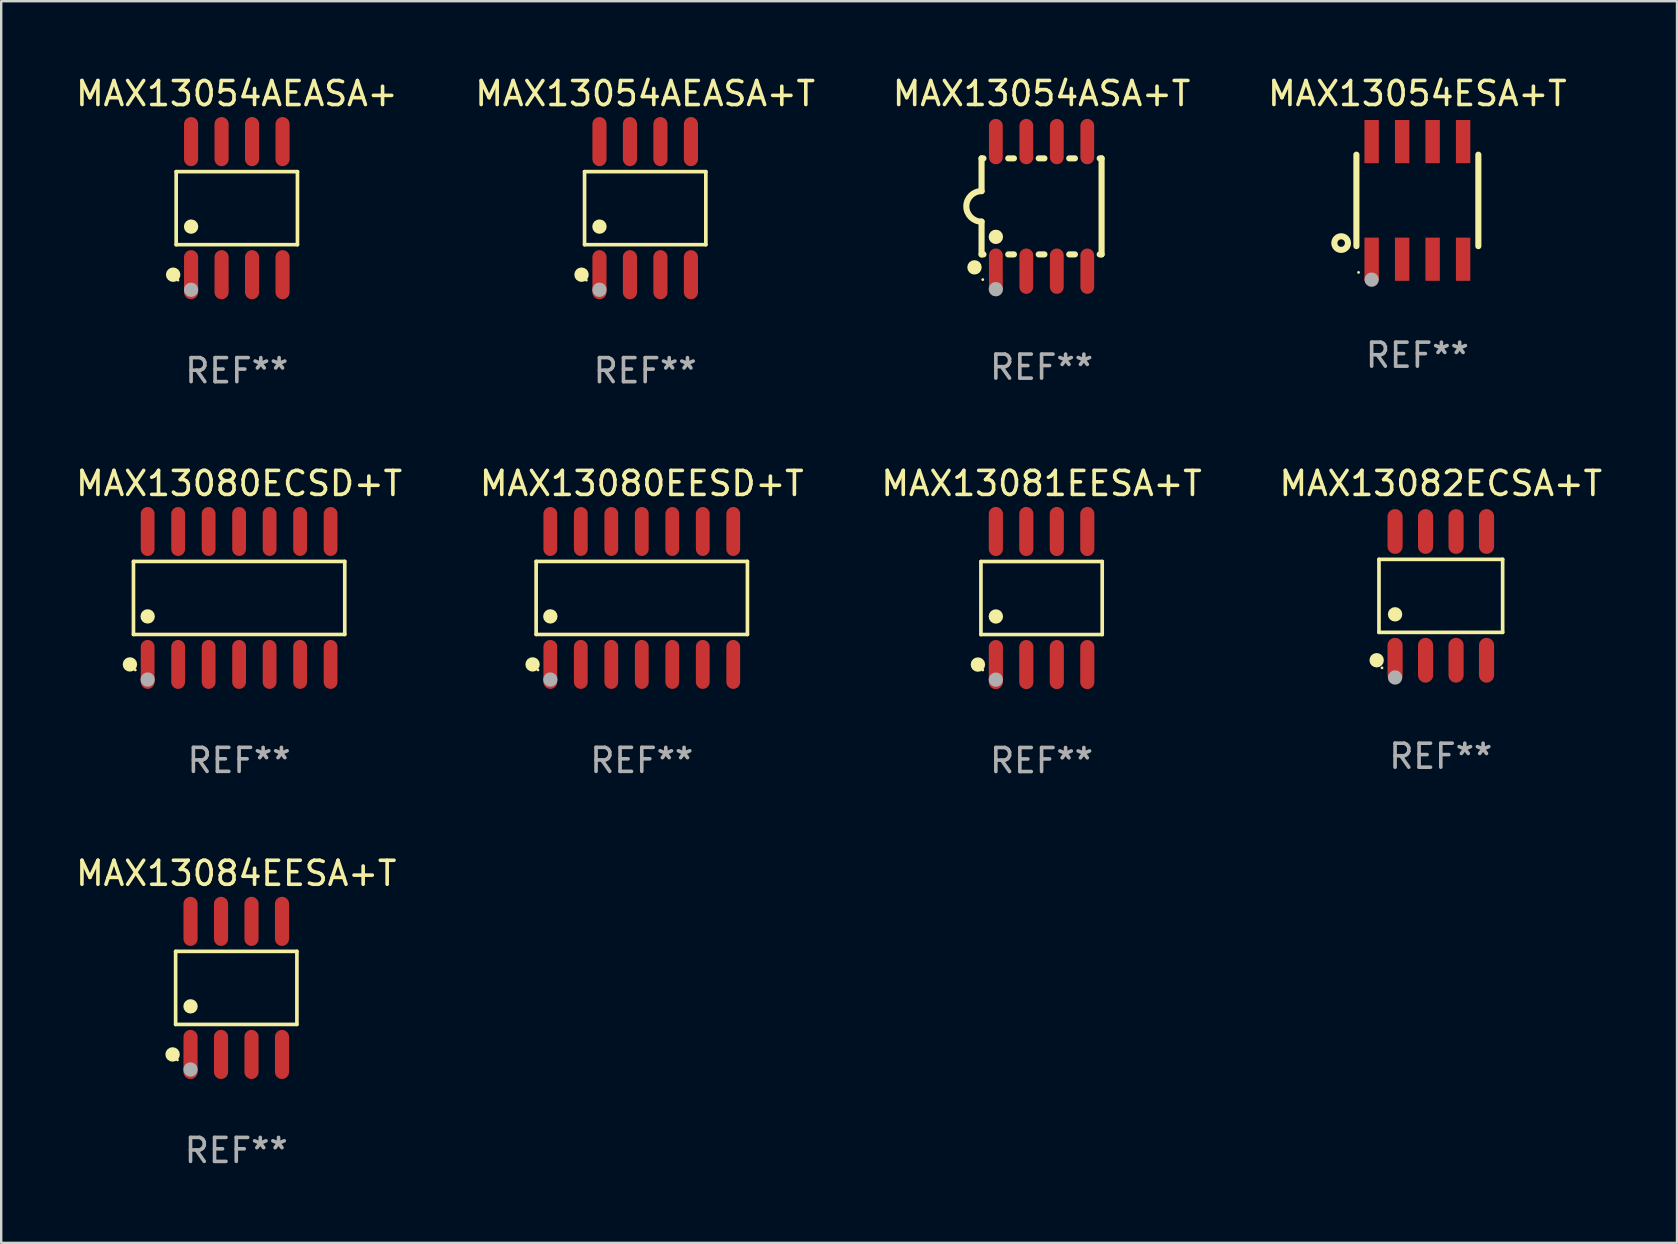
<source format=kicad_pcb>
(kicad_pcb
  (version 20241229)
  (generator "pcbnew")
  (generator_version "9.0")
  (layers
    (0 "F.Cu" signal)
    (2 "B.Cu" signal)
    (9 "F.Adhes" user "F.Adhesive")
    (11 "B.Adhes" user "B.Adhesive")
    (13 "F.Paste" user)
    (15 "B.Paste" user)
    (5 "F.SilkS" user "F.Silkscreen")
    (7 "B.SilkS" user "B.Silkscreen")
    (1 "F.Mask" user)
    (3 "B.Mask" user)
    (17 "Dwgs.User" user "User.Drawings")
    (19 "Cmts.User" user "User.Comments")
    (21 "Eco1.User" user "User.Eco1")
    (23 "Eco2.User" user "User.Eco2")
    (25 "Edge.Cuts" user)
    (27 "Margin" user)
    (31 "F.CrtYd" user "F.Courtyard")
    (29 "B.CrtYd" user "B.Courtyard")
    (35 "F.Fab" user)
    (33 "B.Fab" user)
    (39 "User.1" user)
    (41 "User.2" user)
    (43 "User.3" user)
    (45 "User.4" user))
  (footprint "MAX13081EESA+T"
    (layer "F.Cu")
    (at 40.339 21.862)
    (property "Reference" "MAX13081EESA+T" (at 0 -4.772 0) (layer "F.SilkS") (effects (font (size 1 1) (thickness 0.15))))
    (attr through_hole)
    (fp_line (start -2.526 -1.521) (end 2.526 -1.521) (stroke (width 0.152) (type solid)) (layer "F.SilkS"))
    (fp_line (start -2.526 1.521) (end -2.526 -1.521) (stroke (width 0.152) (type solid)) (layer "F.SilkS"))
    (fp_line (start 2.526 -1.521) (end 2.526 1.521) (stroke (width 0.152) (type solid)) (layer "F.SilkS"))
    (fp_line (start 2.526 1.521) (end -2.526 1.521) (stroke (width 0.152) (type solid)) (layer "F.SilkS"))
    (fp_circle (center -2.652 2.772) (end -2.501 2.772) (stroke (width 0.3) (type solid)) (fill no) (layer "F.SilkS"))
    (fp_circle (center -2.45 3) (end -2.42 3) (stroke (width 0.06) (type solid)) (fill no) (layer "F.SilkS"))
    (fp_circle (center -1.905 0.769) (end -1.755 0.769) (stroke (width 0.3) (type solid)) (fill no) (layer "F.SilkS"))
    (fp_circle (center -1.905 3.4) (end -1.755 3.4) (stroke (width 0.3) (type solid)) (fill no) (layer "F.Fab"))
    (fp_text user "REF**" (at 0 6.772 0) (layer "F.Fab") (effects (font (size 1 1) (thickness 0.15))))
    (pad "1" smd oval (at -1.905 2.772) (size 0.588 2.045) (layers "F.Cu" "F.Mask" "F.Paste"))
    (pad "2" smd oval (at -0.635 2.772) (size 0.588 2.045) (layers "F.Cu" "F.Mask" "F.Paste"))
    (pad "3" smd oval (at 0.635 2.772) (size 0.588 2.045) (layers "F.Cu" "F.Mask" "F.Paste"))
    (pad "4" smd oval (at 1.905 2.772) (size 0.588 2.045) (layers "F.Cu" "F.Mask" "F.Paste"))
    (pad "5" smd oval (at 1.905 -2.772) (size 0.588 2.045) (layers "F.Cu" "F.Mask" "F.Paste"))
    (pad "6" smd oval (at 0.635 -2.772) (size 0.588 2.045) (layers "F.Cu" "F.Mask" "F.Paste"))
    (pad "7" smd oval (at -0.635 -2.772) (size 0.588 2.045) (layers "F.Cu" "F.Mask" "F.Paste"))
    (pad "8" smd oval (at -1.905 -2.772) (size 0.588 2.045) (layers "F.Cu" "F.Mask" "F.Paste")))
  (footprint "MAX13054ESA+T"
    (layer "F.Cu")
    (at 55.994 5.298)
    (property "Reference" "MAX13054ESA+T" (at 0 -4.45 0) (layer "F.SilkS") (effects (font (size 1 1) (thickness 0.15))))
    (attr through_hole)
    (fp_line (start -2.54 -1.905) (end -2.54 1.905) (stroke (width 0.254) (type solid)) (layer "F.SilkS"))
    (fp_line (start 2.54 -1.905) (end 2.54 1.905) (stroke (width 0.254) (type solid)) (layer "F.SilkS"))
    (fp_circle (center -3.175 1.778) (end -2.891 1.778) (stroke (width 0.254) (type solid)) (fill no) (layer "F.SilkS"))
    (fp_circle (center -2.45 3) (end -2.42 3) (stroke (width 0.06) (type solid)) (fill no) (layer "F.SilkS"))
    (fp_circle (center -1.905 3.302) (end -1.755 3.302) (stroke (width 0.3) (type solid)) (fill no) (layer "F.Fab"))
    (fp_text user "REF**" (at 0 6.45 0) (layer "F.Fab") (effects (font (size 1 1) (thickness 0.15))))
    (pad "1" smd rect (at -1.905 2.45) (size 0.6 1.8) (layers "F.Cu" "F.Mask" "F.Paste"))
    (pad "2" smd rect (at -0.635 2.45) (size 0.6 1.8) (layers "F.Cu" "F.Mask" "F.Paste"))
    (pad "3" smd rect (at 0.635 2.45) (size 0.6 1.8) (layers "F.Cu" "F.Mask" "F.Paste"))
    (pad "4" smd rect (at 1.905 2.45) (size 0.6 1.8) (layers "F.Cu" "F.Mask" "F.Paste"))
    (pad "5" smd rect (at 1.905 -2.45 180) (size 0.6 1.8) (layers "F.Cu" "F.Mask" "F.Paste"))
    (pad "6" smd rect (at 0.635 -2.45 180) (size 0.6 1.8) (layers "F.Cu" "F.Mask" "F.Paste"))
    (pad "7" smd rect (at -0.635 -2.45 180) (size 0.6 1.8) (layers "F.Cu" "F.Mask" "F.Paste"))
    (pad "8" smd rect (at -1.905 -2.45 180) (size 0.6 1.8) (layers "F.Cu" "F.Mask" "F.Paste")))
  (footprint "MAX13054AEASA+"
    (layer "F.Cu")
    (at 6.815 5.621)
    (property "Reference" "MAX13054AEASA+" (at 0 -4.772 0) (layer "F.SilkS") (effects (font (size 1 1) (thickness 0.15))))
    (attr through_hole)
    (fp_line (start -2.526 -1.521) (end 2.526 -1.521) (stroke (width 0.152) (type solid)) (layer "F.SilkS"))
    (fp_line (start -2.526 1.521) (end -2.526 -1.521) (stroke (width 0.152) (type solid)) (layer "F.SilkS"))
    (fp_line (start 2.526 -1.521) (end 2.526 1.521) (stroke (width 0.152) (type solid)) (layer "F.SilkS"))
    (fp_line (start 2.526 1.521) (end -2.526 1.521) (stroke (width 0.152) (type solid)) (layer "F.SilkS"))
    (fp_circle (center -2.652 2.772) (end -2.501 2.772) (stroke (width 0.3) (type solid)) (fill no) (layer "F.SilkS"))
    (fp_circle (center -2.45 3) (end -2.42 3) (stroke (width 0.06) (type solid)) (fill no) (layer "F.SilkS"))
    (fp_circle (center -1.905 0.769) (end -1.755 0.769) (stroke (width 0.3) (type solid)) (fill no) (layer "F.SilkS"))
    (fp_circle (center -1.905 3.4) (end -1.755 3.4) (stroke (width 0.3) (type solid)) (fill no) (layer "F.Fab"))
    (fp_text user "REF**" (at 0 6.772 0) (layer "F.Fab") (effects (font (size 1 1) (thickness 0.15))))
    (pad "1" smd oval (at -1.905 2.772) (size 0.588 2.045) (layers "F.Cu" "F.Mask" "F.Paste"))
    (pad "2" smd oval (at -0.635 2.772) (size 0.588 2.045) (layers "F.Cu" "F.Mask" "F.Paste"))
    (pad "3" smd oval (at 0.635 2.772) (size 0.588 2.045) (layers "F.Cu" "F.Mask" "F.Paste"))
    (pad "4" smd oval (at 1.905 2.772) (size 0.588 2.045) (layers "F.Cu" "F.Mask" "F.Paste"))
    (pad "5" smd oval (at 1.905 -2.772) (size 0.588 2.045) (layers "F.Cu" "F.Mask" "F.Paste"))
    (pad "6" smd oval (at 0.635 -2.772) (size 0.588 2.045) (layers "F.Cu" "F.Mask" "F.Paste"))
    (pad "7" smd oval (at -0.635 -2.772) (size 0.588 2.045) (layers "F.Cu" "F.Mask" "F.Paste"))
    (pad "8" smd oval (at -1.905 -2.772) (size 0.588 2.045) (layers "F.Cu" "F.Mask" "F.Paste")))
  (footprint "MAX13054AEASA+T"
    (layer "F.Cu")
    (at 23.827 5.621)
    (property "Reference" "MAX13054AEASA+T" (at 0 -4.772 0) (layer "F.SilkS") (effects (font (size 1 1) (thickness 0.15))))
    (attr through_hole)
    (fp_line (start -2.526 -1.521) (end 2.526 -1.521) (stroke (width 0.152) (type solid)) (layer "F.SilkS"))
    (fp_line (start -2.526 1.521) (end -2.526 -1.521) (stroke (width 0.152) (type solid)) (layer "F.SilkS"))
    (fp_line (start 2.526 -1.521) (end 2.526 1.521) (stroke (width 0.152) (type solid)) (layer "F.SilkS"))
    (fp_line (start 2.526 1.521) (end -2.526 1.521) (stroke (width 0.152) (type solid)) (layer "F.SilkS"))
    (fp_circle (center -2.652 2.772) (end -2.501 2.772) (stroke (width 0.3) (type solid)) (fill no) (layer "F.SilkS"))
    (fp_circle (center -2.45 3) (end -2.42 3) (stroke (width 0.06) (type solid)) (fill no) (layer "F.SilkS"))
    (fp_circle (center -1.905 0.769) (end -1.755 0.769) (stroke (width 0.3) (type solid)) (fill no) (layer "F.SilkS"))
    (fp_circle (center -1.905 3.4) (end -1.755 3.4) (stroke (width 0.3) (type solid)) (fill no) (layer "F.Fab"))
    (fp_text user "REF**" (at 0 6.772 0) (layer "F.Fab") (effects (font (size 1 1) (thickness 0.15))))
    (pad "1" smd oval (at -1.905 2.772) (size 0.588 2.045) (layers "F.Cu" "F.Mask" "F.Paste"))
    (pad "2" smd oval (at -0.635 2.772) (size 0.588 2.045) (layers "F.Cu" "F.Mask" "F.Paste"))
    (pad "3" smd oval (at 0.635 2.772) (size 0.588 2.045) (layers "F.Cu" "F.Mask" "F.Paste"))
    (pad "4" smd oval (at 1.905 2.772) (size 0.588 2.045) (layers "F.Cu" "F.Mask" "F.Paste"))
    (pad "5" smd oval (at 1.905 -2.772) (size 0.588 2.045) (layers "F.Cu" "F.Mask" "F.Paste"))
    (pad "6" smd oval (at 0.635 -2.772) (size 0.588 2.045) (layers "F.Cu" "F.Mask" "F.Paste"))
    (pad "7" smd oval (at -0.635 -2.772) (size 0.588 2.045) (layers "F.Cu" "F.Mask" "F.Paste"))
    (pad "8" smd oval (at -1.905 -2.772) (size 0.588 2.045) (layers "F.Cu" "F.Mask" "F.Paste")))
  (footprint "MAX13080EESD+T"
    (layer "F.Cu")
    (at 23.685 21.859)
    (property "Reference" "MAX13080EESD+T" (at 0 -4.769 0) (layer "F.SilkS") (effects (font (size 1 1) (thickness 0.15))))
    (attr through_hole)
    (fp_line (start -4.401 -1.521) (end 4.401 -1.521) (stroke (width 0.152) (type solid)) (layer "F.SilkS"))
    (fp_line (start -4.401 1.521) (end -4.401 -1.521) (stroke (width 0.152) (type solid)) (layer "F.SilkS"))
    (fp_line (start 4.401 -1.521) (end 4.401 1.521) (stroke (width 0.152) (type solid)) (layer "F.SilkS"))
    (fp_line (start 4.401 1.521) (end -4.401 1.521) (stroke (width 0.152) (type solid)) (layer "F.SilkS"))
    (fp_circle (center -4.549 2.769) (end -4.399 2.769) (stroke (width 0.3) (type solid)) (fill no) (layer "F.SilkS"))
    (fp_circle (center -4.325 3) (end -4.295 3) (stroke (width 0.06) (type solid)) (fill no) (layer "F.SilkS"))
    (fp_circle (center -3.81 0.769) (end -3.66 0.769) (stroke (width 0.3) (type solid)) (fill no) (layer "F.SilkS"))
    (fp_circle (center -3.81 3.4) (end -3.66 3.4) (stroke (width 0.3) (type solid)) (fill no) (layer "F.Fab"))
    (fp_text user "REF**" (at 0 6.769 0) (layer "F.Fab") (effects (font (size 1 1) (thickness 0.15))))
    (pad "1" smd oval (at -3.81 2.769) (size 0.574 2.038) (layers "F.Cu" "F.Mask" "F.Paste"))
    (pad "2" smd oval (at -2.54 2.769) (size 0.574 2.038) (layers "F.Cu" "F.Mask" "F.Paste"))
    (pad "3" smd oval (at -1.27 2.769) (size 0.574 2.038) (layers "F.Cu" "F.Mask" "F.Paste"))
    (pad "4" smd oval (at 0 2.769) (size 0.574 2.038) (layers "F.Cu" "F.Mask" "F.Paste"))
    (pad "5" smd oval (at 1.27 2.769) (size 0.574 2.038) (layers "F.Cu" "F.Mask" "F.Paste"))
    (pad "6" smd oval (at 2.54 2.769) (size 0.574 2.038) (layers "F.Cu" "F.Mask" "F.Paste"))
    (pad "7" smd oval (at 3.81 2.769) (size 0.574 2.038) (layers "F.Cu" "F.Mask" "F.Paste"))
    (pad "8" smd oval (at 3.81 -2.769) (size 0.574 2.038) (layers "F.Cu" "F.Mask" "F.Paste"))
    (pad "9" smd oval (at 2.54 -2.769) (size 0.574 2.038) (layers "F.Cu" "F.Mask" "F.Paste"))
    (pad "10" smd oval (at 1.27 -2.769) (size 0.574 2.038) (layers "F.Cu" "F.Mask" "F.Paste"))
    (pad "11" smd oval (at 0 -2.769) (size 0.574 2.038) (layers "F.Cu" "F.Mask" "F.Paste"))
    (pad "12" smd oval (at -1.27 -2.769) (size 0.574 2.038) (layers "F.Cu" "F.Mask" "F.Paste"))
    (pad "13" smd oval (at -2.54 -2.769) (size 0.574 2.038) (layers "F.Cu" "F.Mask" "F.Paste"))
    (pad "14" smd oval (at -3.81 -2.769) (size 0.574 2.038) (layers "F.Cu" "F.Mask" "F.Paste")))
  (footprint "MAX13080ECSD+T"
    (layer "F.Cu")
    (at 6.911 21.859)
    (property "Reference" "MAX13080ECSD+T" (at 0 -4.769 0) (layer "F.SilkS") (effects (font (size 1 1) (thickness 0.15))))
    (attr through_hole)
    (fp_line (start -4.401 -1.521) (end 4.401 -1.521) (stroke (width 0.152) (type solid)) (layer "F.SilkS"))
    (fp_line (start -4.401 1.521) (end -4.401 -1.521) (stroke (width 0.152) (type solid)) (layer "F.SilkS"))
    (fp_line (start 4.401 -1.521) (end 4.401 1.521) (stroke (width 0.152) (type solid)) (layer "F.SilkS"))
    (fp_line (start 4.401 1.521) (end -4.401 1.521) (stroke (width 0.152) (type solid)) (layer "F.SilkS"))
    (fp_circle (center -4.549 2.769) (end -4.399 2.769) (stroke (width 0.3) (type solid)) (fill no) (layer "F.SilkS"))
    (fp_circle (center -4.325 3) (end -4.295 3) (stroke (width 0.06) (type solid)) (fill no) (layer "F.SilkS"))
    (fp_circle (center -3.81 0.769) (end -3.66 0.769) (stroke (width 0.3) (type solid)) (fill no) (layer "F.SilkS"))
    (fp_circle (center -3.81 3.4) (end -3.66 3.4) (stroke (width 0.3) (type solid)) (fill no) (layer "F.Fab"))
    (fp_text user "REF**" (at 0 6.769 0) (layer "F.Fab") (effects (font (size 1 1) (thickness 0.15))))
    (pad "1" smd oval (at -3.81 2.769) (size 0.574 2.038) (layers "F.Cu" "F.Mask" "F.Paste"))
    (pad "2" smd oval (at -2.54 2.769) (size 0.574 2.038) (layers "F.Cu" "F.Mask" "F.Paste"))
    (pad "3" smd oval (at -1.27 2.769) (size 0.574 2.038) (layers "F.Cu" "F.Mask" "F.Paste"))
    (pad "4" smd oval (at 0 2.769) (size 0.574 2.038) (layers "F.Cu" "F.Mask" "F.Paste"))
    (pad "5" smd oval (at 1.27 2.769) (size 0.574 2.038) (layers "F.Cu" "F.Mask" "F.Paste"))
    (pad "6" smd oval (at 2.54 2.769) (size 0.574 2.038) (layers "F.Cu" "F.Mask" "F.Paste"))
    (pad "7" smd oval (at 3.81 2.769) (size 0.574 2.038) (layers "F.Cu" "F.Mask" "F.Paste"))
    (pad "8" smd oval (at 3.81 -2.769) (size 0.574 2.038) (layers "F.Cu" "F.Mask" "F.Paste"))
    (pad "9" smd oval (at 2.54 -2.769) (size 0.574 2.038) (layers "F.Cu" "F.Mask" "F.Paste"))
    (pad "10" smd oval (at 1.27 -2.769) (size 0.574 2.038) (layers "F.Cu" "F.Mask" "F.Paste"))
    (pad "11" smd oval (at 0 -2.769) (size 0.574 2.038) (layers "F.Cu" "F.Mask" "F.Paste"))
    (pad "12" smd oval (at -1.27 -2.769) (size 0.574 2.038) (layers "F.Cu" "F.Mask" "F.Paste"))
    (pad "13" smd oval (at -2.54 -2.769) (size 0.574 2.038) (layers "F.Cu" "F.Mask" "F.Paste"))
    (pad "14" smd oval (at -3.81 -2.769) (size 0.574 2.038) (layers "F.Cu" "F.Mask" "F.Paste")))
  (footprint "MAX13082ECSA+T"
    (layer "F.Cu")
    (at 56.97 21.772)
    (property "Reference" "MAX13082ECSA+T" (at 0 -4.682 0) (layer "F.SilkS") (effects (font (size 1 1) (thickness 0.15))))
    (attr through_hole)
    (fp_line (start -2.576 -1.521) (end 2.576 -1.521) (stroke (width 0.152) (type solid)) (layer "F.SilkS"))
    (fp_line (start -2.576 1.521) (end -2.576 -1.521) (stroke (width 0.152) (type solid)) (layer "F.SilkS"))
    (fp_line (start 2.576 -1.521) (end 2.576 1.521) (stroke (width 0.152) (type solid)) (layer "F.SilkS"))
    (fp_line (start 2.576 1.521) (end -2.576 1.521) (stroke (width 0.152) (type solid)) (layer "F.SilkS"))
    (fp_circle (center -2.672 2.682) (end -2.522 2.682) (stroke (width 0.3) (type solid)) (fill no) (layer "F.SilkS"))
    (fp_circle (center -2.45 3) (end -2.42 3) (stroke (width 0.06) (type solid)) (fill no) (layer "F.SilkS"))
    (fp_circle (center -1.905 0.769) (end -1.755 0.769) (stroke (width 0.3) (type solid)) (fill no) (layer "F.SilkS"))
    (fp_circle (center -1.905 3.4) (end -1.755 3.4) (stroke (width 0.3) (type solid)) (fill no) (layer "F.Fab"))
    (fp_text user "REF**" (at 0 6.682 0) (layer "F.Fab") (effects (font (size 1 1) (thickness 0.15))))
    (pad "1" smd oval (at -1.905 2.682) (size 0.63 1.865) (layers "F.Cu" "F.Mask" "F.Paste"))
    (pad "2" smd oval (at -0.635 2.682) (size 0.63 1.865) (layers "F.Cu" "F.Mask" "F.Paste"))
    (pad "3" smd oval (at 0.635 2.682) (size 0.63 1.865) (layers "F.Cu" "F.Mask" "F.Paste"))
    (pad "4" smd oval (at 1.905 2.682) (size 0.63 1.865) (layers "F.Cu" "F.Mask" "F.Paste"))
    (pad "5" smd oval (at 1.905 -2.682) (size 0.63 1.865) (layers "F.Cu" "F.Mask" "F.Paste"))
    (pad "6" smd oval (at 0.635 -2.682) (size 0.63 1.865) (layers "F.Cu" "F.Mask" "F.Paste"))
    (pad "7" smd oval (at -0.635 -2.682) (size 0.63 1.865) (layers "F.Cu" "F.Mask" "F.Paste"))
    (pad "8" smd oval (at -1.905 -2.682) (size 0.63 1.865) (layers "F.Cu" "F.Mask" "F.Paste")))
  (footprint "MAX13084EESA+T"
    (layer "F.Cu")
    (at 6.792 38.103)
    (property "Reference" "MAX13084EESA+T" (at 0 -4.772 0) (layer "F.SilkS") (effects (font (size 1 1) (thickness 0.15))))
    (attr through_hole)
    (fp_line (start -2.526 -1.521) (end 2.526 -1.521) (stroke (width 0.152) (type solid)) (layer "F.SilkS"))
    (fp_line (start -2.526 1.521) (end -2.526 -1.521) (stroke (width 0.152) (type solid)) (layer "F.SilkS"))
    (fp_line (start 2.526 -1.521) (end 2.526 1.521) (stroke (width 0.152) (type solid)) (layer "F.SilkS"))
    (fp_line (start 2.526 1.521) (end -2.526 1.521) (stroke (width 0.152) (type solid)) (layer "F.SilkS"))
    (fp_circle (center -2.652 2.772) (end -2.501 2.772) (stroke (width 0.3) (type solid)) (fill no) (layer "F.SilkS"))
    (fp_circle (center -2.45 3) (end -2.42 3) (stroke (width 0.06) (type solid)) (fill no) (layer "F.SilkS"))
    (fp_circle (center -1.905 0.769) (end -1.755 0.769) (stroke (width 0.3) (type solid)) (fill no) (layer "F.SilkS"))
    (fp_circle (center -1.905 3.4) (end -1.755 3.4) (stroke (width 0.3) (type solid)) (fill no) (layer "F.Fab"))
    (fp_text user "REF**" (at 0 6.772 0) (layer "F.Fab") (effects (font (size 1 1) (thickness 0.15))))
    (pad "1" smd oval (at -1.905 2.772) (size 0.588 2.045) (layers "F.Cu" "F.Mask" "F.Paste"))
    (pad "2" smd oval (at -0.635 2.772) (size 0.588 2.045) (layers "F.Cu" "F.Mask" "F.Paste"))
    (pad "3" smd oval (at 0.635 2.772) (size 0.588 2.045) (layers "F.Cu" "F.Mask" "F.Paste"))
    (pad "4" smd oval (at 1.905 2.772) (size 0.588 2.045) (layers "F.Cu" "F.Mask" "F.Paste"))
    (pad "5" smd oval (at 1.905 -2.772) (size 0.588 2.045) (layers "F.Cu" "F.Mask" "F.Paste"))
    (pad "6" smd oval (at 0.635 -2.772) (size 0.588 2.045) (layers "F.Cu" "F.Mask" "F.Paste"))
    (pad "7" smd oval (at -0.635 -2.772) (size 0.588 2.045) (layers "F.Cu" "F.Mask" "F.Paste"))
    (pad "8" smd oval (at -1.905 -2.772) (size 0.588 2.045) (layers "F.Cu" "F.Mask" "F.Paste")))
  (footprint "MAX13054ASA+T"
    (layer "F.Cu")
    (at 40.339 5.547)
    (property "Reference" "MAX13054ASA+T" (at 0 -4.699 0) (layer "F.SilkS") (effects (font (size 1 1) (thickness 0.15))))
    (attr through_hole)
    (fp_line (start -2.5 -2) (end -2.5 -0.635) (stroke (width 0.254) (type solid)) (layer "F.SilkS"))
    (fp_line (start -2.5 -2) (end -2.421 -2) (stroke (width 0.254) (type solid)) (layer "F.SilkS"))
    (fp_line (start -2.5 2) (end -2.5 0.635) (stroke (width 0.254) (type solid)) (layer "F.SilkS"))
    (fp_line (start -2.5 2) (end -2.421 2) (stroke (width 0.254) (type solid)) (layer "F.SilkS"))
    (fp_line (start -1.389 -2) (end -1.151 -2) (stroke (width 0.254) (type solid)) (layer "F.SilkS"))
    (fp_line (start -1.389 2) (end -1.151 2) (stroke (width 0.254) (type solid)) (layer "F.SilkS"))
    (fp_line (start -0.119 -2) (end 0.119 -2) (stroke (width 0.254) (type solid)) (layer "F.SilkS"))
    (fp_line (start -0.119 2) (end 0.119 2) (stroke (width 0.254) (type solid)) (layer "F.SilkS"))
    (fp_line (start 1.151 -2) (end 1.389 -2) (stroke (width 0.254) (type solid)) (layer "F.SilkS"))
    (fp_line (start 1.151 2) (end 1.389 2) (stroke (width 0.254) (type solid)) (layer "F.SilkS"))
    (fp_line (start 2.421 -2) (end 2.5 -2) (stroke (width 0.254) (type solid)) (layer "F.SilkS"))
    (fp_line (start 2.421 2) (end 2.5 2) (stroke (width 0.254) (type solid)) (layer "F.SilkS"))
    (fp_line (start 2.5 -2) (end 2.5 2) (stroke (width 0.254) (type solid)) (layer "F.SilkS"))
    (fp_arc (start -2.5 0.635001) (mid -3.134366 -0.000318) (end -2.499365 -0.635001) (stroke (width 0.254001) (type solid)) (layer "F.SilkS"))
    (fp_circle (center -2.794 2.54) (end -2.644 2.54) (stroke (width 0.3) (type solid)) (fill no) (layer "F.SilkS"))
    (fp_circle (center -2.45 3.05) (end -2.42 3.05) (stroke (width 0.06) (type solid)) (fill no) (layer "F.SilkS"))
    (fp_circle (center -1.905 1.27) (end -1.755 1.27) (stroke (width 0.3) (type solid)) (fill no) (layer "F.SilkS"))
    (fp_circle (center -1.905 3.45) (end -1.755 3.45) (stroke (width 0.3) (type solid)) (fill no) (layer "F.Fab"))
    (fp_text user "REF**" (at 0 6.699 0) (layer "F.Fab") (effects (font (size 1 1) (thickness 0.15))))
    (pad "1" smd oval (at -1.905 2.699) (size 0.574 1.888) (layers "F.Cu" "F.Mask" "F.Paste"))
    (pad "2" smd oval (at -0.635 2.699) (size 0.574 1.888) (layers "F.Cu" "F.Mask" "F.Paste"))
    (pad "3" smd oval (at 0.635 2.699) (size 0.574 1.888) (layers "F.Cu" "F.Mask" "F.Paste"))
    (pad "4" smd oval (at 1.905 2.699) (size 0.574 1.888) (layers "F.Cu" "F.Mask" "F.Paste"))
    (pad "5" smd oval (at 1.905 -2.699) (size 0.574 1.888) (layers "F.Cu" "F.Mask" "F.Paste"))
    (pad "6" smd oval (at 0.635 -2.699) (size 0.574 1.888) (layers "F.Cu" "F.Mask" "F.Paste"))
    (pad "7" smd oval (at -0.635 -2.699) (size 0.574 1.888) (layers "F.Cu" "F.Mask" "F.Paste"))
    (pad "8" smd oval (at -1.905 -2.699) (size 0.574 1.888) (layers "F.Cu" "F.Mask" "F.Paste")))
  (gr_rect
    (start -3 -3)
    (end 66.81 48.724)
    (stroke (width 0.1) (type default))
    (fill no)
    (layer "Edge.Cuts")))
</source>
